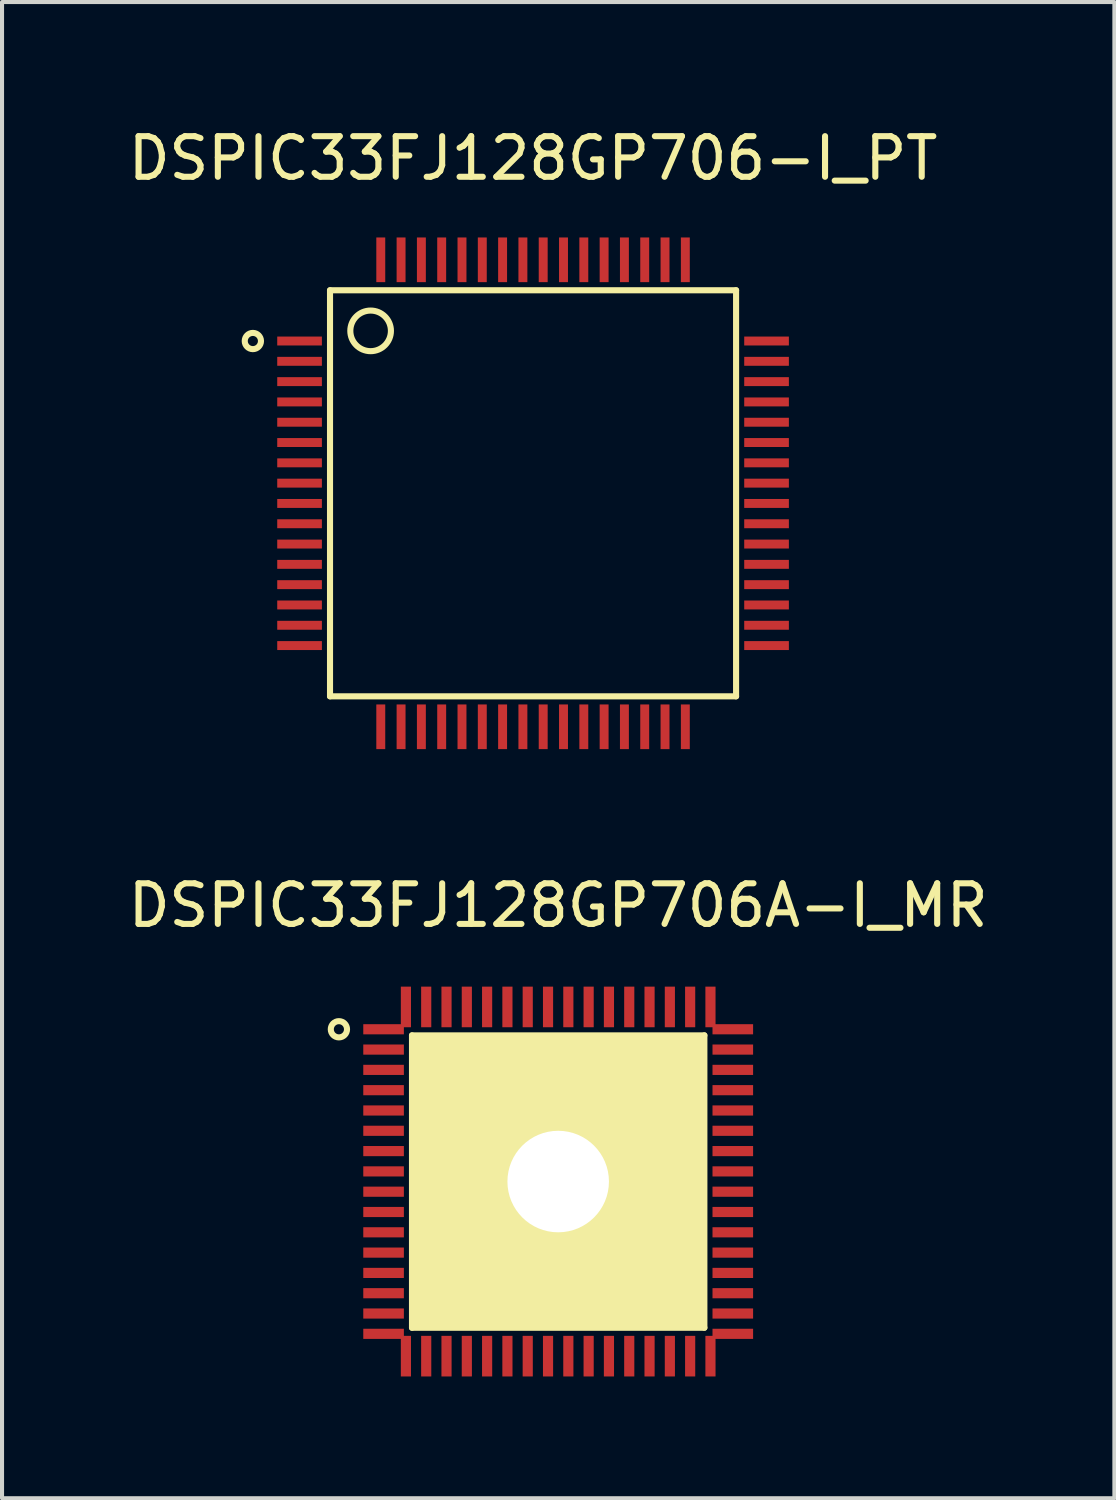
<source format=kicad_pcb>
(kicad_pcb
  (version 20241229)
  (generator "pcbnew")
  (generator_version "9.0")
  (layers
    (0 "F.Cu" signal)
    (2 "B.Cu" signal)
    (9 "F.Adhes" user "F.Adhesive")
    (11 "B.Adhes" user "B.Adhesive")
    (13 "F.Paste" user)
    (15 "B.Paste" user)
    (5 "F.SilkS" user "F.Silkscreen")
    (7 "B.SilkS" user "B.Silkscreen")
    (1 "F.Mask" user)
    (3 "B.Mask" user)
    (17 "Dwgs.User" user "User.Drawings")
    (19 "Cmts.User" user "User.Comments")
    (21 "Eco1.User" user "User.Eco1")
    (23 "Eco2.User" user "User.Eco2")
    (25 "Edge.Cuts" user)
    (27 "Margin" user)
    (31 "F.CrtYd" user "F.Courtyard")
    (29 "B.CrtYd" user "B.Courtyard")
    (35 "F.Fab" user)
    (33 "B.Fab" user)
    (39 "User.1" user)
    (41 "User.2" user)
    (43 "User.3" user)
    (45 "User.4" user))
  (footprint "DSPIC33FJ128GP706-I_PT"
    (layer "F.Cu")
    (at 4.327 3.348)
    (property "Reference" "DSPIC33FJ128GP706-I_PT" (at 5.75 -2.5 0) (layer "F.SilkS") (effects (font (size 1 1) (thickness 0.15))))
    (attr through_hole)
    (fp_line (start 0.75 0.75) (end 0.75 10.75) (stroke (width 0.15) (type solid)) (layer "F.SilkS"))
    (fp_line (start 0.75 0.75) (end 10.75 0.75) (stroke (width 0.15) (type solid)) (layer "F.SilkS"))
    (fp_line (start 0.75 10.75) (end 10.75 10.75) (stroke (width 0.15) (type solid)) (layer "F.SilkS"))
    (fp_line (start 10.75 10.75) (end 10.75 0.75) (stroke (width 0.15) (type solid)) (layer "F.SilkS"))
    (fp_circle (center -1.15 2) (end -1.15 1.8) (stroke (width 0.15) (type solid)) (fill no) (layer "F.SilkS"))
    (fp_circle (center 1.75 1.75) (end 1.75 1.25) (stroke (width 0.15) (type solid)) (fill no) (layer "F.SilkS"))
    (pad "1" smd rect (at 0 2) (size 1.1 0.22) (layers "F.Cu" "F.Mask" "F.Paste"))
    (pad "2" smd rect (at 0 2.5) (size 1.1 0.22) (layers "F.Cu" "F.Mask" "F.Paste"))
    (pad "3" smd rect (at 0 3) (size 1.1 0.22) (layers "F.Cu" "F.Mask" "F.Paste"))
    (pad "4" smd rect (at 0 3.5) (size 1.1 0.22) (layers "F.Cu" "F.Mask" "F.Paste"))
    (pad "5" smd rect (at 0 4) (size 1.1 0.22) (layers "F.Cu" "F.Mask" "F.Paste"))
    (pad "6" smd rect (at 0 4.5) (size 1.1 0.22) (layers "F.Cu" "F.Mask" "F.Paste"))
    (pad "7" smd rect (at 0 5) (size 1.1 0.22) (layers "F.Cu" "F.Mask" "F.Paste"))
    (pad "8" smd rect (at 0 5.5) (size 1.1 0.22) (layers "F.Cu" "F.Mask" "F.Paste"))
    (pad "9" smd rect (at 0 6) (size 1.1 0.22) (layers "F.Cu" "F.Mask" "F.Paste"))
    (pad "10" smd rect (at 0 6.5) (size 1.1 0.22) (layers "F.Cu" "F.Mask" "F.Paste"))
    (pad "11" smd rect (at 0 7) (size 1.1 0.22) (layers "F.Cu" "F.Mask" "F.Paste"))
    (pad "12" smd rect (at 0 7.5) (size 1.1 0.22) (layers "F.Cu" "F.Mask" "F.Paste"))
    (pad "13" smd rect (at 0 8) (size 1.1 0.22) (layers "F.Cu" "F.Mask" "F.Paste"))
    (pad "14" smd rect (at 0 8.5) (size 1.1 0.22) (layers "F.Cu" "F.Mask" "F.Paste"))
    (pad "15" smd rect (at 0 9) (size 1.1 0.22) (layers "F.Cu" "F.Mask" "F.Paste"))
    (pad "16" smd rect (at 0 9.5) (size 1.1 0.22) (layers "F.Cu" "F.Mask" "F.Paste"))
    (pad "17" smd rect (at 2 11.5) (size 0.22 1.1) (layers "F.Cu" "F.Mask" "F.Paste"))
    (pad "18" smd rect (at 2.5 11.5) (size 0.22 1.1) (layers "F.Cu" "F.Mask" "F.Paste"))
    (pad "19" smd rect (at 3 11.5) (size 0.22 1.1) (layers "F.Cu" "F.Mask" "F.Paste"))
    (pad "20" smd rect (at 3.5 11.5) (size 0.22 1.1) (layers "F.Cu" "F.Mask" "F.Paste"))
    (pad "21" smd rect (at 4 11.5) (size 0.22 1.1) (layers "F.Cu" "F.Mask" "F.Paste"))
    (pad "22" smd rect (at 4.5 11.5) (size 0.22 1.1) (layers "F.Cu" "F.Mask" "F.Paste"))
    (pad "23" smd rect (at 5 11.5) (size 0.22 1.1) (layers "F.Cu" "F.Mask" "F.Paste"))
    (pad "24" smd rect (at 5.5 11.5) (size 0.22 1.1) (layers "F.Cu" "F.Mask" "F.Paste"))
    (pad "25" smd rect (at 6 11.5) (size 0.22 1.1) (layers "F.Cu" "F.Mask" "F.Paste"))
    (pad "26" smd rect (at 6.5 11.5) (size 0.22 1.1) (layers "F.Cu" "F.Mask" "F.Paste"))
    (pad "27" smd rect (at 7 11.5) (size 0.22 1.1) (layers "F.Cu" "F.Mask" "F.Paste"))
    (pad "28" smd rect (at 7.5 11.5) (size 0.22 1.1) (layers "F.Cu" "F.Mask" "F.Paste"))
    (pad "29" smd rect (at 8 11.5) (size 0.22 1.1) (layers "F.Cu" "F.Mask" "F.Paste"))
    (pad "30" smd rect (at 8.5 11.5) (size 0.22 1.1) (layers "F.Cu" "F.Mask" "F.Paste"))
    (pad "31" smd rect (at 9 11.5) (size 0.22 1.1) (layers "F.Cu" "F.Mask" "F.Paste"))
    (pad "32" smd rect (at 9.5 11.5) (size 0.22 1.1) (layers "F.Cu" "F.Mask" "F.Paste"))
    (pad "33" smd rect (at 11.5 9.5) (size 1.1 0.22) (layers "F.Cu" "F.Mask" "F.Paste"))
    (pad "34" smd rect (at 11.5 9) (size 1.1 0.22) (layers "F.Cu" "F.Mask" "F.Paste"))
    (pad "35" smd rect (at 11.5 8.5) (size 1.1 0.22) (layers "F.Cu" "F.Mask" "F.Paste"))
    (pad "36" smd rect (at 11.5 8) (size 1.1 0.22) (layers "F.Cu" "F.Mask" "F.Paste"))
    (pad "37" smd rect (at 11.5 7.5) (size 1.1 0.22) (layers "F.Cu" "F.Mask" "F.Paste"))
    (pad "38" smd rect (at 11.5 7) (size 1.1 0.22) (layers "F.Cu" "F.Mask" "F.Paste"))
    (pad "39" smd rect (at 11.5 6.5) (size 1.1 0.22) (layers "F.Cu" "F.Mask" "F.Paste"))
    (pad "40" smd rect (at 11.5 6) (size 1.1 0.22) (layers "F.Cu" "F.Mask" "F.Paste"))
    (pad "41" smd rect (at 11.5 5.5) (size 1.1 0.22) (layers "F.Cu" "F.Mask" "F.Paste"))
    (pad "42" smd rect (at 11.5 5) (size 1.1 0.22) (layers "F.Cu" "F.Mask" "F.Paste"))
    (pad "43" smd rect (at 11.5 4.5) (size 1.1 0.22) (layers "F.Cu" "F.Mask" "F.Paste"))
    (pad "44" smd rect (at 11.5 4) (size 1.1 0.22) (layers "F.Cu" "F.Mask" "F.Paste"))
    (pad "45" smd rect (at 11.5 3.5) (size 1.1 0.22) (layers "F.Cu" "F.Mask" "F.Paste"))
    (pad "46" smd rect (at 11.5 3) (size 1.1 0.22) (layers "F.Cu" "F.Mask" "F.Paste"))
    (pad "47" smd rect (at 11.5 2.5) (size 1.1 0.22) (layers "F.Cu" "F.Mask" "F.Paste"))
    (pad "48" smd rect (at 11.5 2) (size 1.1 0.22) (layers "F.Cu" "F.Mask" "F.Paste"))
    (pad "49" smd rect (at 9.5 0) (size 0.22 1.1) (layers "F.Cu" "F.Mask" "F.Paste"))
    (pad "50" smd rect (at 9 0) (size 0.22 1.1) (layers "F.Cu" "F.Mask" "F.Paste"))
    (pad "51" smd rect (at 8.5 0) (size 0.22 1.1) (layers "F.Cu" "F.Mask" "F.Paste"))
    (pad "52" smd rect (at 8 0) (size 0.22 1.1) (layers "F.Cu" "F.Mask" "F.Paste"))
    (pad "53" smd rect (at 7.5 0) (size 0.22 1.1) (layers "F.Cu" "F.Mask" "F.Paste"))
    (pad "54" smd rect (at 7 0) (size 0.22 1.1) (layers "F.Cu" "F.Mask" "F.Paste"))
    (pad "55" smd rect (at 6.5 0) (size 0.22 1.1) (layers "F.Cu" "F.Mask" "F.Paste"))
    (pad "56" smd rect (at 6 0) (size 0.22 1.1) (layers "F.Cu" "F.Mask" "F.Paste"))
    (pad "57" smd rect (at 5.5 0) (size 0.22 1.1) (layers "F.Cu" "F.Mask" "F.Paste"))
    (pad "58" smd rect (at 5 0) (size 0.22 1.1) (layers "F.Cu" "F.Mask" "F.Paste"))
    (pad "59" smd rect (at 4.5 0) (size 0.22 1.1) (layers "F.Cu" "F.Mask" "F.Paste"))
    (pad "60" smd rect (at 4 0) (size 0.22 1.1) (layers "F.Cu" "F.Mask" "F.Paste"))
    (pad "61" smd rect (at 3.5 0) (size 0.22 1.1) (layers "F.Cu" "F.Mask" "F.Paste"))
    (pad "62" smd rect (at 3 0) (size 0.22 1.1) (layers "F.Cu" "F.Mask" "F.Paste"))
    (pad "63" smd rect (at 2.5 0) (size 0.22 1.1) (layers "F.Cu" "F.Mask" "F.Paste"))
    (pad "64" smd rect (at 2 0) (size 0.22 1.1) (layers "F.Cu" "F.Mask" "F.Paste")))
  (footprint "DSPIC33FJ128GP706A-I_MR"
    (layer "F.Cu")
    (at 6.396 21.747)
    (property "Reference" "DSPIC33FJ128GP706A-I_MR" (at 4.3 -2.5 0) (layer "F.SilkS") (effects (font (size 1 1) (thickness 0.15))))
    (attr through_hole)
    (fp_line (start 0.7 0.7) (end 0.7 7.9) (stroke (width 0.15) (type solid)) (layer "F.SilkS"))
    (fp_line (start 0.7 0.7) (end 7.9 0.7) (stroke (width 0.15) (type solid)) (layer "F.SilkS"))
    (fp_line (start 0.7 7.9) (end 7.9 7.9) (stroke (width 0.15) (type solid)) (layer "F.SilkS"))
    (fp_line (start 7.9 7.9) (end 7.9 0.7) (stroke (width 0.15) (type solid)) (layer "F.SilkS"))
    (fp_circle (center -1.1 0.55) (end -1.1 0.35) (stroke (width 0.15) (type solid)) (fill no) (layer "F.SilkS"))
    (fp_circle (center 1.7 1.7) (end 1.7 1.2) (stroke (width 0.15) (type solid)) (fill no) (layer "F.SilkS"))
    (pad "1" smd rect (at 0 0.55) (size 1 0.25) (layers "F.Cu" "F.Mask" "F.Paste"))
    (pad "2" smd rect (at 0 1.05) (size 1 0.25) (layers "F.Cu" "F.Mask" "F.Paste"))
    (pad "3" smd rect (at 0 1.55) (size 1 0.25) (layers "F.Cu" "F.Mask" "F.Paste"))
    (pad "4" smd rect (at 0 2.05) (size 1 0.25) (layers "F.Cu" "F.Mask" "F.Paste"))
    (pad "5" smd rect (at 0 2.55) (size 1 0.25) (layers "F.Cu" "F.Mask" "F.Paste"))
    (pad "6" smd rect (at 0 3.05) (size 1 0.25) (layers "F.Cu" "F.Mask" "F.Paste"))
    (pad "7" smd rect (at 0 3.55) (size 1 0.25) (layers "F.Cu" "F.Mask" "F.Paste"))
    (pad "8" smd rect (at 0 4.05) (size 1 0.25) (layers "F.Cu" "F.Mask" "F.Paste"))
    (pad "9" smd rect (at 0 4.55) (size 1 0.25) (layers "F.Cu" "F.Mask" "F.Paste"))
    (pad "10" smd rect (at 0 5.05) (size 1 0.25) (layers "F.Cu" "F.Mask" "F.Paste"))
    (pad "11" smd rect (at 0 5.55) (size 1 0.25) (layers "F.Cu" "F.Mask" "F.Paste"))
    (pad "12" smd rect (at 0 6.05) (size 1 0.25) (layers "F.Cu" "F.Mask" "F.Paste"))
    (pad "13" smd rect (at 0 6.55) (size 1 0.25) (layers "F.Cu" "F.Mask" "F.Paste"))
    (pad "14" smd rect (at 0 7.05) (size 1 0.25) (layers "F.Cu" "F.Mask" "F.Paste"))
    (pad "15" smd rect (at 0 7.55) (size 1 0.25) (layers "F.Cu" "F.Mask" "F.Paste"))
    (pad "16" smd rect (at 0 8.05) (size 1 0.25) (layers "F.Cu" "F.Mask" "F.Paste"))
    (pad "17" smd rect (at 0.55 8.6) (size 0.25 1) (layers "F.Cu" "F.Mask" "F.Paste"))
    (pad "18" smd rect (at 1.05 8.6) (size 0.25 1) (layers "F.Cu" "F.Mask" "F.Paste"))
    (pad "19" smd rect (at 1.55 8.6) (size 0.25 1) (layers "F.Cu" "F.Mask" "F.Paste"))
    (pad "20" smd rect (at 2.05 8.6) (size 0.25 1) (layers "F.Cu" "F.Mask" "F.Paste"))
    (pad "21" smd rect (at 2.55 8.6) (size 0.25 1) (layers "F.Cu" "F.Mask" "F.Paste"))
    (pad "22" smd rect (at 3.05 8.6) (size 0.25 1) (layers "F.Cu" "F.Mask" "F.Paste"))
    (pad "23" smd rect (at 3.55 8.6) (size 0.25 1) (layers "F.Cu" "F.Mask" "F.Paste"))
    (pad "24" smd rect (at 4.05 8.6) (size 0.25 1) (layers "F.Cu" "F.Mask" "F.Paste"))
    (pad "25" smd rect (at 4.55 8.6) (size 0.25 1) (layers "F.Cu" "F.Mask" "F.Paste"))
    (pad "26" smd rect (at 5.05 8.6) (size 0.25 1) (layers "F.Cu" "F.Mask" "F.Paste"))
    (pad "27" smd rect (at 5.55 8.6) (size 0.25 1) (layers "F.Cu" "F.Mask" "F.Paste"))
    (pad "28" smd rect (at 6.05 8.6) (size 0.25 1) (layers "F.Cu" "F.Mask" "F.Paste"))
    (pad "29" smd rect (at 6.55 8.6) (size 0.25 1) (layers "F.Cu" "F.Mask" "F.Paste"))
    (pad "30" smd rect (at 7.05 8.6) (size 0.25 1) (layers "F.Cu" "F.Mask" "F.Paste"))
    (pad "31" smd rect (at 7.55 8.6) (size 0.25 1) (layers "F.Cu" "F.Mask" "F.Paste"))
    (pad "32" smd rect (at 8.05 8.6) (size 0.25 1) (layers "F.Cu" "F.Mask" "F.Paste"))
    (pad "33" smd rect (at 8.6 8.05) (size 1 0.25) (layers "F.Cu" "F.Mask" "F.Paste"))
    (pad "34" smd rect (at 8.6 7.55) (size 1 0.25) (layers "F.Cu" "F.Mask" "F.Paste"))
    (pad "35" smd rect (at 8.6 7.05) (size 1 0.25) (layers "F.Cu" "F.Mask" "F.Paste"))
    (pad "36" smd rect (at 8.6 6.55) (size 1 0.25) (layers "F.Cu" "F.Mask" "F.Paste"))
    (pad "37" smd rect (at 8.6 6.05) (size 1 0.25) (layers "F.Cu" "F.Mask" "F.Paste"))
    (pad "38" smd rect (at 8.6 5.55) (size 1 0.25) (layers "F.Cu" "F.Mask" "F.Paste"))
    (pad "39" smd rect (at 8.6 5.05) (size 1 0.25) (layers "F.Cu" "F.Mask" "F.Paste"))
    (pad "40" smd rect (at 8.6 4.55) (size 1 0.25) (layers "F.Cu" "F.Mask" "F.Paste"))
    (pad "41" smd rect (at 8.6 4.05) (size 1 0.25) (layers "F.Cu" "F.Mask" "F.Paste"))
    (pad "42" smd rect (at 8.6 3.55) (size 1 0.25) (layers "F.Cu" "F.Mask" "F.Paste"))
    (pad "43" smd rect (at 8.6 3.05) (size 1 0.25) (layers "F.Cu" "F.Mask" "F.Paste"))
    (pad "44" smd rect (at 8.6 2.55) (size 1 0.25) (layers "F.Cu" "F.Mask" "F.Paste"))
    (pad "45" smd rect (at 8.6 2.05) (size 1 0.25) (layers "F.Cu" "F.Mask" "F.Paste"))
    (pad "46" smd rect (at 8.6 1.55) (size 1 0.25) (layers "F.Cu" "F.Mask" "F.Paste"))
    (pad "47" smd rect (at 8.6 1.05) (size 1 0.25) (layers "F.Cu" "F.Mask" "F.Paste"))
    (pad "48" smd rect (at 8.6 0.55) (size 1 0.25) (layers "F.Cu" "F.Mask" "F.Paste"))
    (pad "49" smd rect (at 8.05 0) (size 0.25 1) (layers "F.Cu" "F.Mask" "F.Paste"))
    (pad "50" smd rect (at 7.55 0) (size 0.25 1) (layers "F.Cu" "F.Mask" "F.Paste"))
    (pad "51" smd rect (at 7.05 0) (size 0.25 1) (layers "F.Cu" "F.Mask" "F.Paste"))
    (pad "52" smd rect (at 6.55 0) (size 0.25 1) (layers "F.Cu" "F.Mask" "F.Paste"))
    (pad "53" smd rect (at 6.05 0) (size 0.25 1) (layers "F.Cu" "F.Mask" "F.Paste"))
    (pad "54" smd rect (at 5.55 0) (size 0.25 1) (layers "F.Cu" "F.Mask" "F.Paste"))
    (pad "55" smd rect (at 5.05 0) (size 0.25 1) (layers "F.Cu" "F.Mask" "F.Paste"))
    (pad "56" smd rect (at 4.55 0) (size 0.25 1) (layers "F.Cu" "F.Mask" "F.Paste"))
    (pad "57" smd rect (at 4.05 0) (size 0.25 1) (layers "F.Cu" "F.Mask" "F.Paste"))
    (pad "58" smd rect (at 3.55 0) (size 0.25 1) (layers "F.Cu" "F.Mask" "F.Paste"))
    (pad "59" smd rect (at 3.05 0) (size 0.25 1) (layers "F.Cu" "F.Mask" "F.Paste"))
    (pad "60" smd rect (at 2.55 0) (size 0.25 1) (layers "F.Cu" "F.Mask" "F.Paste"))
    (pad "61" smd rect (at 2.05 0) (size 0.25 1) (layers "F.Cu" "F.Mask" "F.Paste"))
    (pad "62" smd rect (at 1.55 0) (size 0.25 1) (layers "F.Cu" "F.Mask" "F.Paste"))
    (pad "63" smd rect (at 1.05 0) (size 0.25 1) (layers "F.Cu" "F.Mask" "F.Paste"))
    (pad "64" smd rect (at 0.55 0) (size 0.25 1) (layers "F.Cu" "F.Mask" "F.Paste"))
    (pad "999" thru_hole rect (at 4.3 4.3) (size 7.15 7.15) (drill 2.5) (layers "*.Cu" "*.Mask" "F.SilkS")))
  (gr_rect
    (start -3 -3)
    (end 24.393 33.846)
    (stroke (width 0.1) (type default))
    (fill no)
    (layer "Edge.Cuts")))
</source>
